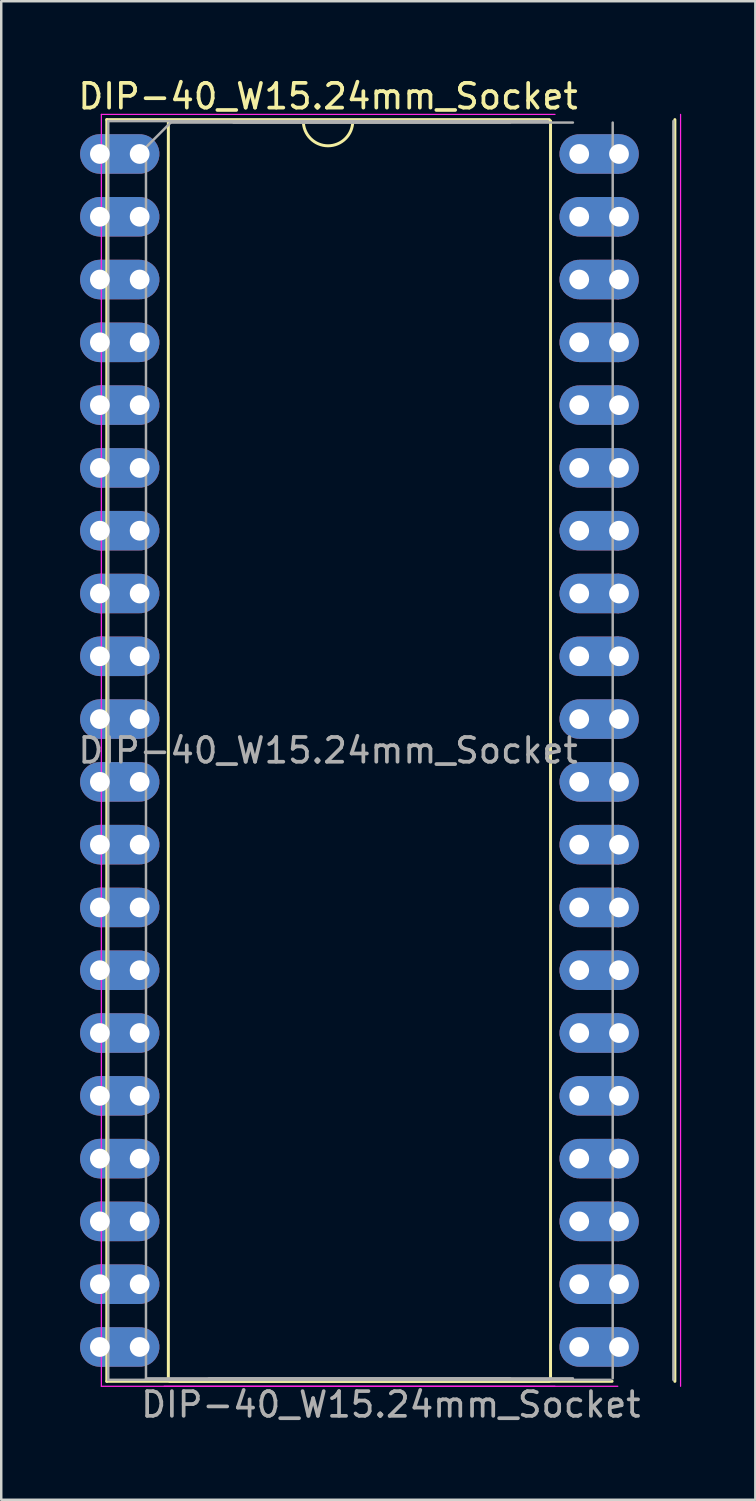
<source format=kicad_pcb>
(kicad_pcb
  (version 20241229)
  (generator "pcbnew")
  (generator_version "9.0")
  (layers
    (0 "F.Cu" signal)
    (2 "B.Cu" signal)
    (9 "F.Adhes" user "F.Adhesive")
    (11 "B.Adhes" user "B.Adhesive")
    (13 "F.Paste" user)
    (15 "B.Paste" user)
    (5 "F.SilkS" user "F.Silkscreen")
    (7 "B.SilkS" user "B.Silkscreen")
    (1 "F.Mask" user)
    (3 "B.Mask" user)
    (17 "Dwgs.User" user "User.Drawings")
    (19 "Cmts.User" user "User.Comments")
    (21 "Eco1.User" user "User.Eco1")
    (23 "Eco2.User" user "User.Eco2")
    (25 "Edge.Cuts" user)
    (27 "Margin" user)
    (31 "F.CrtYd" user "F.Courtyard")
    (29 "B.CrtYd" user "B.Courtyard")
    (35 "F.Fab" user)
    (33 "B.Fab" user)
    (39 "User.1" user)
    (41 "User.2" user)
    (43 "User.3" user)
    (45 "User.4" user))
  (footprint "DIP-40_W15.24mm_Socket"
    (layer "F.Cu")
    (at 2.6 3.178)
    (property "Reference" "DIP-40_W15.24mm_Socket" (at 7.62 -2.33 0) (layer "F.SilkS") (effects (font (size 1 1) (thickness 0.15))))
    (attr through_hole)
    (fp_line (start -1.33 -1.39) (end -1.33 49.65) (stroke (width 0.12) (type solid)) (layer "F.SilkS"))
    (fp_line (start -1.33 49.65) (end 16.57 49.65) (stroke (width 0.12) (type solid)) (layer "F.SilkS"))
    (fp_line (start 1.16 -1.33) (end 1.16 49.59) (stroke (width 0.12) (type solid)) (layer "F.SilkS"))
    (fp_line (start 1.16 49.59) (end 14.08 49.59) (stroke (width 0.12) (type solid)) (layer "F.SilkS"))
    (fp_line (start 1.21 49.65) (end 19.11 49.65) (stroke (width 0.12) (type solid)) (layer "F.SilkS"))
    (fp_line (start 3.7 49.59) (end 16.62 49.59) (stroke (width 0.12) (type solid)) (layer "F.SilkS"))
    (fp_line (start 6.62 -1.33) (end 1.16 -1.33) (stroke (width 0.12) (type solid)) (layer "F.SilkS"))
    (fp_line (start 14.08 -1.33) (end 8.62 -1.33) (stroke (width 0.12) (type solid)) (layer "F.SilkS"))
    (fp_line (start 16.57 -1.39) (end -1.33 -1.39) (stroke (width 0.12) (type solid)) (layer "F.SilkS"))
    (fp_line (start 16.62 -1.33) (end 11.16 -1.33) (stroke (width 0.12) (type solid)) (layer "F.SilkS"))
    (fp_line (start 16.62 49.59) (end 16.62 -1.33) (stroke (width 0.12) (type solid)) (layer "F.SilkS"))
    (fp_line (start 21.65 49.65) (end 21.65 -1.39) (stroke (width 0.12) (type solid)) (layer "F.SilkS"))
    (fp_arc (start 8.62 -1.33) (mid 7.62 -0.33) (end 6.62 -1.33) (stroke (width 0.12) (type solid)) (layer "F.SilkS"))
    (fp_line (start -1.55 -1.6) (end -1.55 49.85) (stroke (width 0.05) (type solid)) (layer "F.CrtYd"))
    (fp_line (start -1.55 49.85) (end 16.8 49.85) (stroke (width 0.05) (type solid)) (layer "F.CrtYd"))
    (fp_line (start 0.99 49.85) (end 19.34 49.85) (stroke (width 0.05) (type solid)) (layer "F.CrtYd"))
    (fp_line (start 16.8 -1.6) (end -1.55 -1.6) (stroke (width 0.05) (type solid)) (layer "F.CrtYd"))
    (fp_line (start 21.88 49.85) (end 21.88 -1.6) (stroke (width 0.05) (type solid)) (layer "F.CrtYd"))
    (fp_line (start -1.27 -1.33) (end -1.27 49.59) (stroke (width 0.1) (type solid)) (layer "F.Fab"))
    (fp_line (start -1.27 49.59) (end 16.51 49.59) (stroke (width 0.1) (type solid)) (layer "F.Fab"))
    (fp_line (start 0.255 -0.27) (end 1.255 -1.27) (stroke (width 0.1) (type solid)) (layer "F.Fab"))
    (fp_line (start 0.255 49.53) (end 0.255 -0.27) (stroke (width 0.1) (type solid)) (layer "F.Fab"))
    (fp_line (start 1.255 -1.27) (end 14.985 -1.27) (stroke (width 0.1) (type solid)) (layer "F.Fab"))
    (fp_line (start 1.27 49.59) (end 19.05 49.59) (stroke (width 0.1) (type solid)) (layer "F.Fab"))
    (fp_line (start 3.795 -1.27) (end 17.525 -1.27) (stroke (width 0.1) (type solid)) (layer "F.Fab"))
    (fp_line (start 14.985 49.53) (end 0.255 49.53) (stroke (width 0.1) (type solid)) (layer "F.Fab"))
    (fp_line (start 16.51 -1.33) (end -1.27 -1.33) (stroke (width 0.1) (type solid)) (layer "F.Fab"))
    (fp_line (start 17.525 49.53) (end 2.795 49.53) (stroke (width 0.1) (type solid)) (layer "F.Fab"))
    (fp_line (start 19.135 -1.27) (end 19.135 49.53) (stroke (width 0.1) (type solid)) (layer "F.Fab"))
    (fp_line (start 21.59 49.59) (end 21.59 -1.33) (stroke (width 0.1) (type solid)) (layer "F.Fab"))
    (fp_text user "${REFERENCE}" (at 7.62 24.13 0) (layer "F.Fab") (effects (font (size 1 1) (thickness 0.15))))
    (fp_text user "DIP-40_W15.24mm_Socket" (at 10.16 50.59 0) (layer "F.Fab") (effects (font (size 1 1) (thickness 0.15))))
    (pad "1" thru_hole oval (at -1.61 0) (size 1.6 1.6) (drill 0.8) (layers "*.Cu" "*.Mask"))
    (pad "1" thru_hole custom (at 0 0 180) (size 1.6 1.6) (drill 0.8) (layers "*.Cu" "*.Mask") (options (anchor circle)) (primitives (gr_poly (pts (xy 0 -0.8) (xy 1.61 -0.8) (xy 1.61 0.8) (xy 0 0.8)) (width 0) (fill yes))))
    (pad "2" thru_hole oval (at -1.61 2.54) (size 1.6 1.6) (drill 0.8) (layers "*.Cu" "*.Mask"))
    (pad "2" thru_hole custom (at 0 2.54 180) (size 1.6 1.6) (drill 0.8) (layers "*.Cu" "*.Mask") (options (anchor circle)) (primitives (gr_poly (pts (xy 0 -0.8) (xy 1.61 -0.8) (xy 1.61 0.8) (xy 0 0.8)) (width 0) (fill yes))))
    (pad "3" thru_hole oval (at -1.61 5.08) (size 1.6 1.6) (drill 0.8) (layers "*.Cu" "*.Mask"))
    (pad "3" thru_hole custom (at 0 5.08 180) (size 1.6 1.6) (drill 0.8) (layers "*.Cu" "*.Mask") (options (anchor circle)) (primitives (gr_poly (pts (xy 0 -0.8) (xy 1.61 -0.8) (xy 1.61 0.8) (xy 0 0.8)) (width 0) (fill yes))))
    (pad "4" thru_hole oval (at -1.61 7.62) (size 1.6 1.6) (drill 0.8) (layers "*.Cu" "*.Mask"))
    (pad "4" thru_hole custom (at 0 7.62 180) (size 1.6 1.6) (drill 0.8) (layers "*.Cu" "*.Mask") (options (anchor circle)) (primitives (gr_poly (pts (xy 0 -0.8) (xy 1.61 -0.8) (xy 1.61 0.8) (xy 0 0.8)) (width 0) (fill yes))))
    (pad "5" thru_hole oval (at -1.61 10.16) (size 1.6 1.6) (drill 0.8) (layers "*.Cu" "*.Mask"))
    (pad "5" thru_hole custom (at 0 10.16 180) (size 1.6 1.6) (drill 0.8) (layers "*.Cu" "*.Mask") (options (anchor circle)) (primitives (gr_poly (pts (xy 0 -0.8) (xy 1.61 -0.8) (xy 1.61 0.8) (xy 0 0.8)) (width 0) (fill yes))))
    (pad "6" thru_hole oval (at -1.61 12.7) (size 1.6 1.6) (drill 0.8) (layers "*.Cu" "*.Mask"))
    (pad "6" thru_hole custom (at 0 12.7 180) (size 1.6 1.6) (drill 0.8) (layers "*.Cu" "*.Mask") (options (anchor circle)) (primitives (gr_poly (pts (xy 0 -0.8) (xy 1.61 -0.8) (xy 1.61 0.8) (xy 0 0.8)) (width 0) (fill yes))))
    (pad "7" thru_hole oval (at -1.61 15.24) (size 1.6 1.6) (drill 0.8) (layers "*.Cu" "*.Mask"))
    (pad "7" thru_hole custom (at 0 15.24 180) (size 1.6 1.6) (drill 0.8) (layers "*.Cu" "*.Mask") (options (anchor circle)) (primitives (gr_poly (pts (xy 0 -0.8) (xy 1.61 -0.8) (xy 1.61 0.8) (xy 0 0.8)) (width 0) (fill yes))))
    (pad "8" thru_hole oval (at -1.61 17.78) (size 1.6 1.6) (drill 0.8) (layers "*.Cu" "*.Mask"))
    (pad "8" thru_hole custom (at 0 17.78 180) (size 1.6 1.6) (drill 0.8) (layers "*.Cu" "*.Mask") (options (anchor circle)) (primitives (gr_poly (pts (xy 0 -0.8) (xy 1.61 -0.8) (xy 1.61 0.8) (xy 0 0.8)) (width 0) (fill yes))))
    (pad "9" thru_hole oval (at -1.61 20.32) (size 1.6 1.6) (drill 0.8) (layers "*.Cu" "*.Mask"))
    (pad "9" thru_hole custom (at 0 20.32 180) (size 1.6 1.6) (drill 0.8) (layers "*.Cu" "*.Mask") (options (anchor circle)) (primitives (gr_poly (pts (xy 0 -0.8) (xy 1.61 -0.8) (xy 1.61 0.8) (xy 0 0.8)) (width 0) (fill yes))))
    (pad "10" thru_hole oval (at -1.61 22.86) (size 1.6 1.6) (drill 0.8) (layers "*.Cu" "*.Mask"))
    (pad "10" thru_hole custom (at 0 22.86 180) (size 1.6 1.6) (drill 0.8) (layers "*.Cu" "*.Mask") (options (anchor circle)) (primitives (gr_poly (pts (xy 0 -0.8) (xy 1.61 -0.8) (xy 1.61 0.8) (xy 0 0.8)) (width 0) (fill yes))))
    (pad "11" thru_hole oval (at -1.61 25.4) (size 1.6 1.6) (drill 0.8) (layers "*.Cu" "*.Mask"))
    (pad "11" thru_hole custom (at 0 25.4 180) (size 1.6 1.6) (drill 0.8) (layers "*.Cu" "*.Mask") (options (anchor circle)) (primitives (gr_poly (pts (xy 0 -0.8) (xy 1.61 -0.8) (xy 1.61 0.8) (xy 0 0.8)) (width 0) (fill yes))))
    (pad "12" thru_hole oval (at -1.61 27.94) (size 1.6 1.6) (drill 0.8) (layers "*.Cu" "*.Mask"))
    (pad "12" thru_hole custom (at 0 27.94 180) (size 1.6 1.6) (drill 0.8) (layers "*.Cu" "*.Mask") (options (anchor circle)) (primitives (gr_poly (pts (xy 0 -0.8) (xy 1.61 -0.8) (xy 1.61 0.8) (xy 0 0.8)) (width 0) (fill yes))))
    (pad "13" thru_hole oval (at -1.61 30.48) (size 1.6 1.6) (drill 0.8) (layers "*.Cu" "*.Mask"))
    (pad "13" thru_hole custom (at 0 30.48 180) (size 1.6 1.6) (drill 0.8) (layers "*.Cu" "*.Mask") (options (anchor circle)) (primitives (gr_poly (pts (xy 0 -0.8) (xy 1.61 -0.8) (xy 1.61 0.8) (xy 0 0.8)) (width 0) (fill yes))))
    (pad "14" thru_hole oval (at -1.61 33.02) (size 1.6 1.6) (drill 0.8) (layers "*.Cu" "*.Mask"))
    (pad "14" thru_hole custom (at 0 33.02 180) (size 1.6 1.6) (drill 0.8) (layers "*.Cu" "*.Mask") (options (anchor circle)) (primitives (gr_poly (pts (xy 0 -0.8) (xy 1.61 -0.8) (xy 1.61 0.8) (xy 0 0.8)) (width 0) (fill yes))))
    (pad "15" thru_hole oval (at -1.61 35.56) (size 1.6 1.6) (drill 0.8) (layers "*.Cu" "*.Mask"))
    (pad "15" thru_hole custom (at 0 35.56 180) (size 1.6 1.6) (drill 0.8) (layers "*.Cu" "*.Mask") (options (anchor circle)) (primitives (gr_poly (pts (xy 0 -0.8) (xy 1.61 -0.8) (xy 1.61 0.8) (xy 0 0.8)) (width 0) (fill yes))))
    (pad "16" thru_hole oval (at -1.61 38.1) (size 1.6 1.6) (drill 0.8) (layers "*.Cu" "*.Mask"))
    (pad "16" thru_hole custom (at 0 38.1 180) (size 1.6 1.6) (drill 0.8) (layers "*.Cu" "*.Mask") (options (anchor circle)) (primitives (gr_poly (pts (xy 0 -0.8) (xy 1.61 -0.8) (xy 1.61 0.8) (xy 0 0.8)) (width 0) (fill yes))))
    (pad "17" thru_hole oval (at -1.61 40.64) (size 1.6 1.6) (drill 0.8) (layers "*.Cu" "*.Mask"))
    (pad "17" thru_hole custom (at 0 40.64 180) (size 1.6 1.6) (drill 0.8) (layers "*.Cu" "*.Mask") (options (anchor circle)) (primitives (gr_poly (pts (xy 0 -0.8) (xy 1.61 -0.8) (xy 1.61 0.8) (xy 0 0.8)) (width 0) (fill yes))))
    (pad "18" thru_hole oval (at -1.61 43.18) (size 1.6 1.6) (drill 0.8) (layers "*.Cu" "*.Mask"))
    (pad "18" thru_hole custom (at 0 43.18 180) (size 1.6 1.6) (drill 0.8) (layers "*.Cu" "*.Mask") (options (anchor circle)) (primitives (gr_poly (pts (xy 0 -0.8) (xy 1.61 -0.8) (xy 1.61 0.8) (xy 0 0.8)) (width 0) (fill yes))))
    (pad "19" thru_hole oval (at -1.61 45.72) (size 1.6 1.6) (drill 0.8) (layers "*.Cu" "*.Mask"))
    (pad "19" thru_hole custom (at 0 45.72 180) (size 1.6 1.6) (drill 0.8) (layers "*.Cu" "*.Mask") (options (anchor circle)) (primitives (gr_poly (pts (xy 0 -0.8) (xy 1.61 -0.8) (xy 1.61 0.8) (xy 0 0.8)) (width 0) (fill yes))))
    (pad "20" thru_hole oval (at -1.61 48.26) (size 1.6 1.6) (drill 0.8) (layers "*.Cu" "*.Mask"))
    (pad "20" thru_hole custom (at 0 48.26 180) (size 1.6 1.6) (drill 0.8) (layers "*.Cu" "*.Mask") (options (anchor circle)) (primitives (gr_poly (pts (xy 0 -0.8) (xy 1.61 -0.8) (xy 1.61 0.8) (xy 0 0.8)) (width 0) (fill yes))))
    (pad "21" thru_hole custom (at 17.78 48.26) (size 1.6 1.6) (drill 0.8) (layers "*.Cu" "*.Mask") (options (anchor circle)) (primitives (gr_poly (pts (xy 0 -0.8) (xy 1.61 -0.8) (xy 1.61 0.8) (xy 0 0.8)) (width 0) (fill yes))))
    (pad "21" thru_hole oval (at 19.39 48.26) (size 1.6 1.6) (drill 0.8) (layers "*.Cu" "*.Mask"))
    (pad "22" thru_hole custom (at 17.78 45.72) (size 1.6 1.6) (drill 0.8) (layers "*.Cu" "*.Mask") (options (anchor circle)) (primitives (gr_poly (pts (xy 0 -0.8) (xy 1.61 -0.8) (xy 1.61 0.8) (xy 0 0.8)) (width 0) (fill yes))))
    (pad "22" thru_hole oval (at 19.39 45.72) (size 1.6 1.6) (drill 0.8) (layers "*.Cu" "*.Mask"))
    (pad "23" thru_hole custom (at 17.78 43.18) (size 1.6 1.6) (drill 0.8) (layers "*.Cu" "*.Mask") (options (anchor circle)) (primitives (gr_poly (pts (xy 0 -0.8) (xy 1.61 -0.8) (xy 1.61 0.8) (xy 0 0.8)) (width 0) (fill yes))))
    (pad "23" thru_hole oval (at 19.39 43.18) (size 1.6 1.6) (drill 0.8) (layers "*.Cu" "*.Mask"))
    (pad "24" thru_hole custom (at 17.78 40.64) (size 1.6 1.6) (drill 0.8) (layers "*.Cu" "*.Mask") (options (anchor circle)) (primitives (gr_poly (pts (xy 0 -0.8) (xy 1.61 -0.8) (xy 1.61 0.8) (xy 0 0.8)) (width 0) (fill yes))))
    (pad "24" thru_hole oval (at 19.39 40.64) (size 1.6 1.6) (drill 0.8) (layers "*.Cu" "*.Mask"))
    (pad "25" thru_hole custom (at 17.78 38.1) (size 1.6 1.6) (drill 0.8) (layers "*.Cu" "*.Mask") (options (anchor circle)) (primitives (gr_poly (pts (xy 0 -0.8) (xy 1.61 -0.8) (xy 1.61 0.8) (xy 0 0.8)) (width 0) (fill yes))))
    (pad "25" thru_hole oval (at 19.39 38.1) (size 1.6 1.6) (drill 0.8) (layers "*.Cu" "*.Mask"))
    (pad "26" thru_hole custom (at 17.78 35.56) (size 1.6 1.6) (drill 0.8) (layers "*.Cu" "*.Mask") (options (anchor circle)) (primitives (gr_poly (pts (xy 0 -0.8) (xy 1.61 -0.8) (xy 1.61 0.8) (xy 0 0.8)) (width 0) (fill yes))))
    (pad "26" thru_hole oval (at 19.39 35.56) (size 1.6 1.6) (drill 0.8) (layers "*.Cu" "*.Mask"))
    (pad "27" thru_hole custom (at 17.78 33.02) (size 1.6 1.6) (drill 0.8) (layers "*.Cu" "*.Mask") (options (anchor circle)) (primitives (gr_poly (pts (xy 0 -0.8) (xy 1.61 -0.8) (xy 1.61 0.8) (xy 0 0.8)) (width 0) (fill yes))))
    (pad "27" thru_hole oval (at 19.39 33.02) (size 1.6 1.6) (drill 0.8) (layers "*.Cu" "*.Mask"))
    (pad "28" thru_hole custom (at 17.78 30.48) (size 1.6 1.6) (drill 0.8) (layers "*.Cu" "*.Mask") (options (anchor circle)) (primitives (gr_poly (pts (xy 0 -0.8) (xy 1.61 -0.8) (xy 1.61 0.8) (xy 0 0.8)) (width 0) (fill yes))))
    (pad "28" thru_hole oval (at 19.39 30.48) (size 1.6 1.6) (drill 0.8) (layers "*.Cu" "*.Mask"))
    (pad "29" thru_hole custom (at 17.78 27.94) (size 1.6 1.6) (drill 0.8) (layers "*.Cu" "*.Mask") (options (anchor circle)) (primitives (gr_poly (pts (xy 0 -0.8) (xy 1.61 -0.8) (xy 1.61 0.8) (xy 0 0.8)) (width 0) (fill yes))))
    (pad "29" thru_hole oval (at 19.39 27.94) (size 1.6 1.6) (drill 0.8) (layers "*.Cu" "*.Mask"))
    (pad "30" thru_hole custom (at 17.78 25.4) (size 1.6 1.6) (drill 0.8) (layers "*.Cu" "*.Mask") (options (anchor circle)) (primitives (gr_poly (pts (xy 0 -0.8) (xy 1.61 -0.8) (xy 1.61 0.8) (xy 0 0.8)) (width 0) (fill yes))))
    (pad "30" thru_hole oval (at 19.39 25.4) (size 1.6 1.6) (drill 0.8) (layers "*.Cu" "*.Mask"))
    (pad "31" thru_hole custom (at 17.78 22.86) (size 1.6 1.6) (drill 0.8) (layers "*.Cu" "*.Mask") (options (anchor circle)) (primitives (gr_poly (pts (xy 0 -0.8) (xy 1.61 -0.8) (xy 1.61 0.8) (xy 0 0.8)) (width 0) (fill yes))))
    (pad "31" thru_hole oval (at 19.39 22.86) (size 1.6 1.6) (drill 0.8) (layers "*.Cu" "*.Mask"))
    (pad "32" thru_hole custom (at 17.78 20.32) (size 1.6 1.6) (drill 0.8) (layers "*.Cu" "*.Mask") (options (anchor circle)) (primitives (gr_poly (pts (xy 0 -0.8) (xy 1.61 -0.8) (xy 1.61 0.8) (xy 0 0.8)) (width 0) (fill yes))))
    (pad "32" thru_hole oval (at 19.39 20.32) (size 1.6 1.6) (drill 0.8) (layers "*.Cu" "*.Mask"))
    (pad "33" thru_hole custom (at 17.78 17.78) (size 1.6 1.6) (drill 0.8) (layers "*.Cu" "*.Mask") (options (anchor circle)) (primitives (gr_poly (pts (xy 0 -0.8) (xy 1.61 -0.8) (xy 1.61 0.8) (xy 0 0.8)) (width 0) (fill yes))))
    (pad "33" thru_hole oval (at 19.39 17.78) (size 1.6 1.6) (drill 0.8) (layers "*.Cu" "*.Mask"))
    (pad "34" thru_hole custom (at 17.78 15.24) (size 1.6 1.6) (drill 0.8) (layers "*.Cu" "*.Mask") (options (anchor circle)) (primitives (gr_poly (pts (xy 0 -0.8) (xy 1.61 -0.8) (xy 1.61 0.8) (xy 0 0.8)) (width 0) (fill yes))))
    (pad "34" thru_hole oval (at 19.39 15.24) (size 1.6 1.6) (drill 0.8) (layers "*.Cu" "*.Mask"))
    (pad "35" thru_hole custom (at 17.78 12.7) (size 1.6 1.6) (drill 0.8) (layers "*.Cu" "*.Mask") (options (anchor circle)) (primitives (gr_poly (pts (xy 0 -0.8) (xy 1.61 -0.8) (xy 1.61 0.8) (xy 0 0.8)) (width 0) (fill yes))))
    (pad "35" thru_hole oval (at 19.39 12.7) (size 1.6 1.6) (drill 0.8) (layers "*.Cu" "*.Mask"))
    (pad "36" thru_hole custom (at 17.78 10.16) (size 1.6 1.6) (drill 0.8) (layers "*.Cu" "*.Mask") (options (anchor circle)) (primitives (gr_poly (pts (xy 0 -0.8) (xy 1.61 -0.8) (xy 1.61 0.8) (xy 0 0.8)) (width 0) (fill yes))))
    (pad "36" thru_hole oval (at 19.39 10.16) (size 1.6 1.6) (drill 0.8) (layers "*.Cu" "*.Mask"))
    (pad "37" thru_hole custom (at 17.78 7.62) (size 1.6 1.6) (drill 0.8) (layers "*.Cu" "*.Mask") (options (anchor circle)) (primitives (gr_poly (pts (xy 0 -0.8) (xy 1.61 -0.8) (xy 1.61 0.8) (xy 0 0.8)) (width 0) (fill yes))))
    (pad "37" thru_hole oval (at 19.39 7.62) (size 1.6 1.6) (drill 0.8) (layers "*.Cu" "*.Mask"))
    (pad "38" thru_hole custom (at 17.78 5.08) (size 1.6 1.6) (drill 0.8) (layers "*.Cu" "*.Mask") (options (anchor circle)) (primitives (gr_poly (pts (xy 0 -0.8) (xy 1.61 -0.8) (xy 1.61 0.8) (xy 0 0.8)) (width 0) (fill yes))))
    (pad "38" thru_hole oval (at 19.39 5.08) (size 1.6 1.6) (drill 0.8) (layers "*.Cu" "*.Mask"))
    (pad "39" thru_hole custom (at 17.78 2.54) (size 1.6 1.6) (drill 0.8) (layers "*.Cu" "*.Mask") (options (anchor circle)) (primitives (gr_poly (pts (xy 0 -0.8) (xy 1.61 -0.8) (xy 1.61 0.8) (xy 0 0.8)) (width 0) (fill yes))))
    (pad "39" thru_hole oval (at 19.39 2.54) (size 1.6 1.6) (drill 0.8) (layers "*.Cu" "*.Mask"))
    (pad "40" thru_hole custom (at 17.78 0) (size 1.6 1.6) (drill 0.8) (layers "*.Cu" "*.Mask") (options (anchor circle)) (primitives (gr_poly (pts (xy 0 -0.8) (xy 1.61 -0.8) (xy 1.61 0.8) (xy 0 0.8)) (width 0) (fill yes))))
    (pad "40" thru_hole oval (at 19.39 0) (size 1.6 1.6) (drill 0.8) (layers "*.Cu" "*.Mask")))
  (gr_rect
    (start -3 -3)
    (end 27.505 57.617)
    (stroke (width 0.1) (type default))
    (fill no)
    (layer "Edge.Cuts")))
</source>
